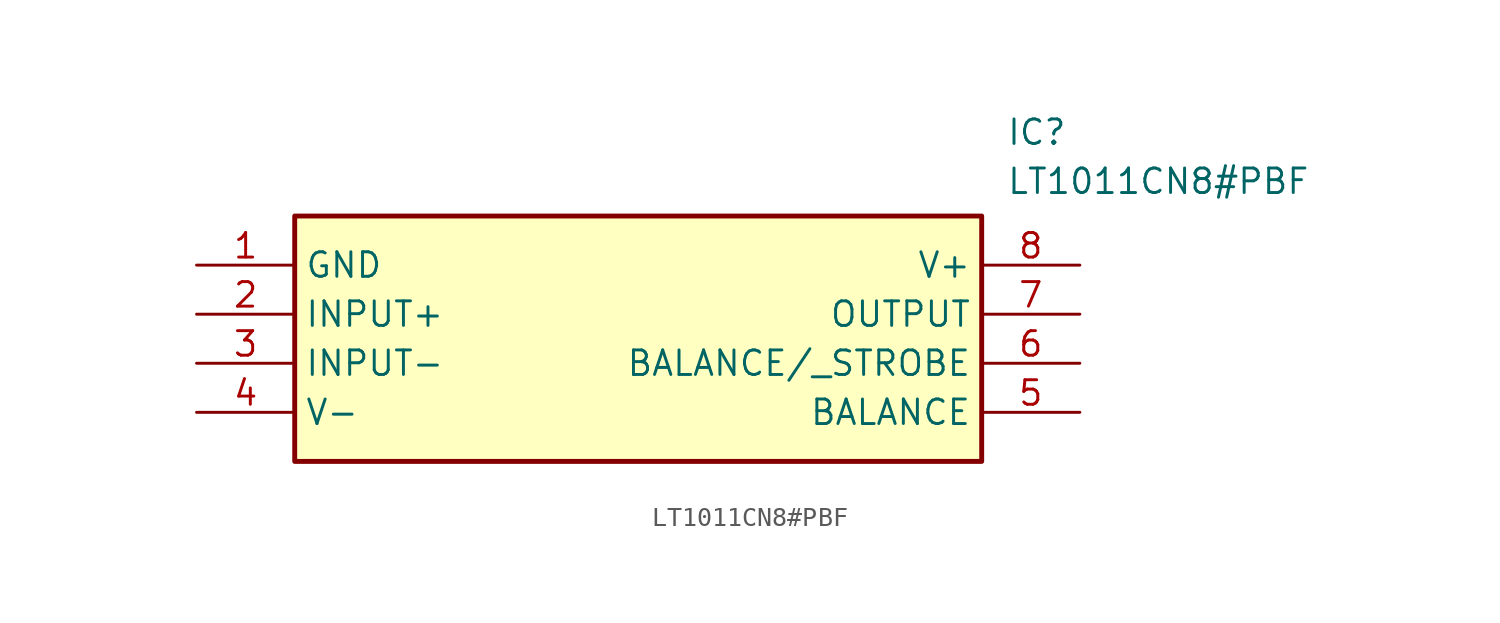
<source format=kicad_sym>
(kicad_symbol_lib
  (version 20211014)
  (generator SamacSys_ECAD_Model)
  (symbol "LT1011CN8#PBF"
    (property "Reference" "IC"
      (at 41.91 7.62 0)
      (effects (font (size 1.27 1.27)) (justify left top)))
    (property "Value" "LT1011CN8#PBF"
      (at 41.91 5.08 0)
      (effects (font (size 1.27 1.27)) (justify left top)))
    (rectangle
      (start 5.08 2.54)
      (end 40.64 -10.16)
      (stroke (width 0.254) (type default))
      (fill (type background)))
    (pin passive line
      (at 0 0 0)
      (length 5.08)
      (name "GND" (effects (font (size 1.27 1.27))))
      (number "1" (effects (font (size 1.27 1.27)))))
    (pin passive line
      (at 0 -2.54 0)
      (length 5.08)
      (name "INPUT+" (effects (font (size 1.27 1.27))))
      (number "2" (effects (font (size 1.27 1.27)))))
    (pin passive line
      (at 0 -5.08 0)
      (length 5.08)
      (name "INPUT-" (effects (font (size 1.27 1.27))))
      (number "3" (effects (font (size 1.27 1.27)))))
    (pin passive line
      (at 0 -7.62 0)
      (length 5.08)
      (name "V-" (effects (font (size 1.27 1.27))))
      (number "4" (effects (font (size 1.27 1.27)))))
    (pin passive line
      (at 45.72 0 180)
      (length 5.08)
      (name "V+" (effects (font (size 1.27 1.27))))
      (number "8" (effects (font (size 1.27 1.27)))))
    (pin passive line
      (at 45.72 -2.54 180)
      (length 5.08)
      (name "OUTPUT" (effects (font (size 1.27 1.27))))
      (number "7" (effects (font (size 1.27 1.27)))))
    (pin passive line
      (at 45.72 -5.08 180)
      (length 5.08)
      (name "BALANCE/_STROBE" (effects (font (size 1.27 1.27))))
      (number "6" (effects (font (size 1.27 1.27)))))
    (pin passive line
      (at 45.72 -7.62 180)
      (length 5.08)
      (name "BALANCE" (effects (font (size 1.27 1.27))))
      (number "5" (effects (font (size 1.27 1.27)))))))
</source>
